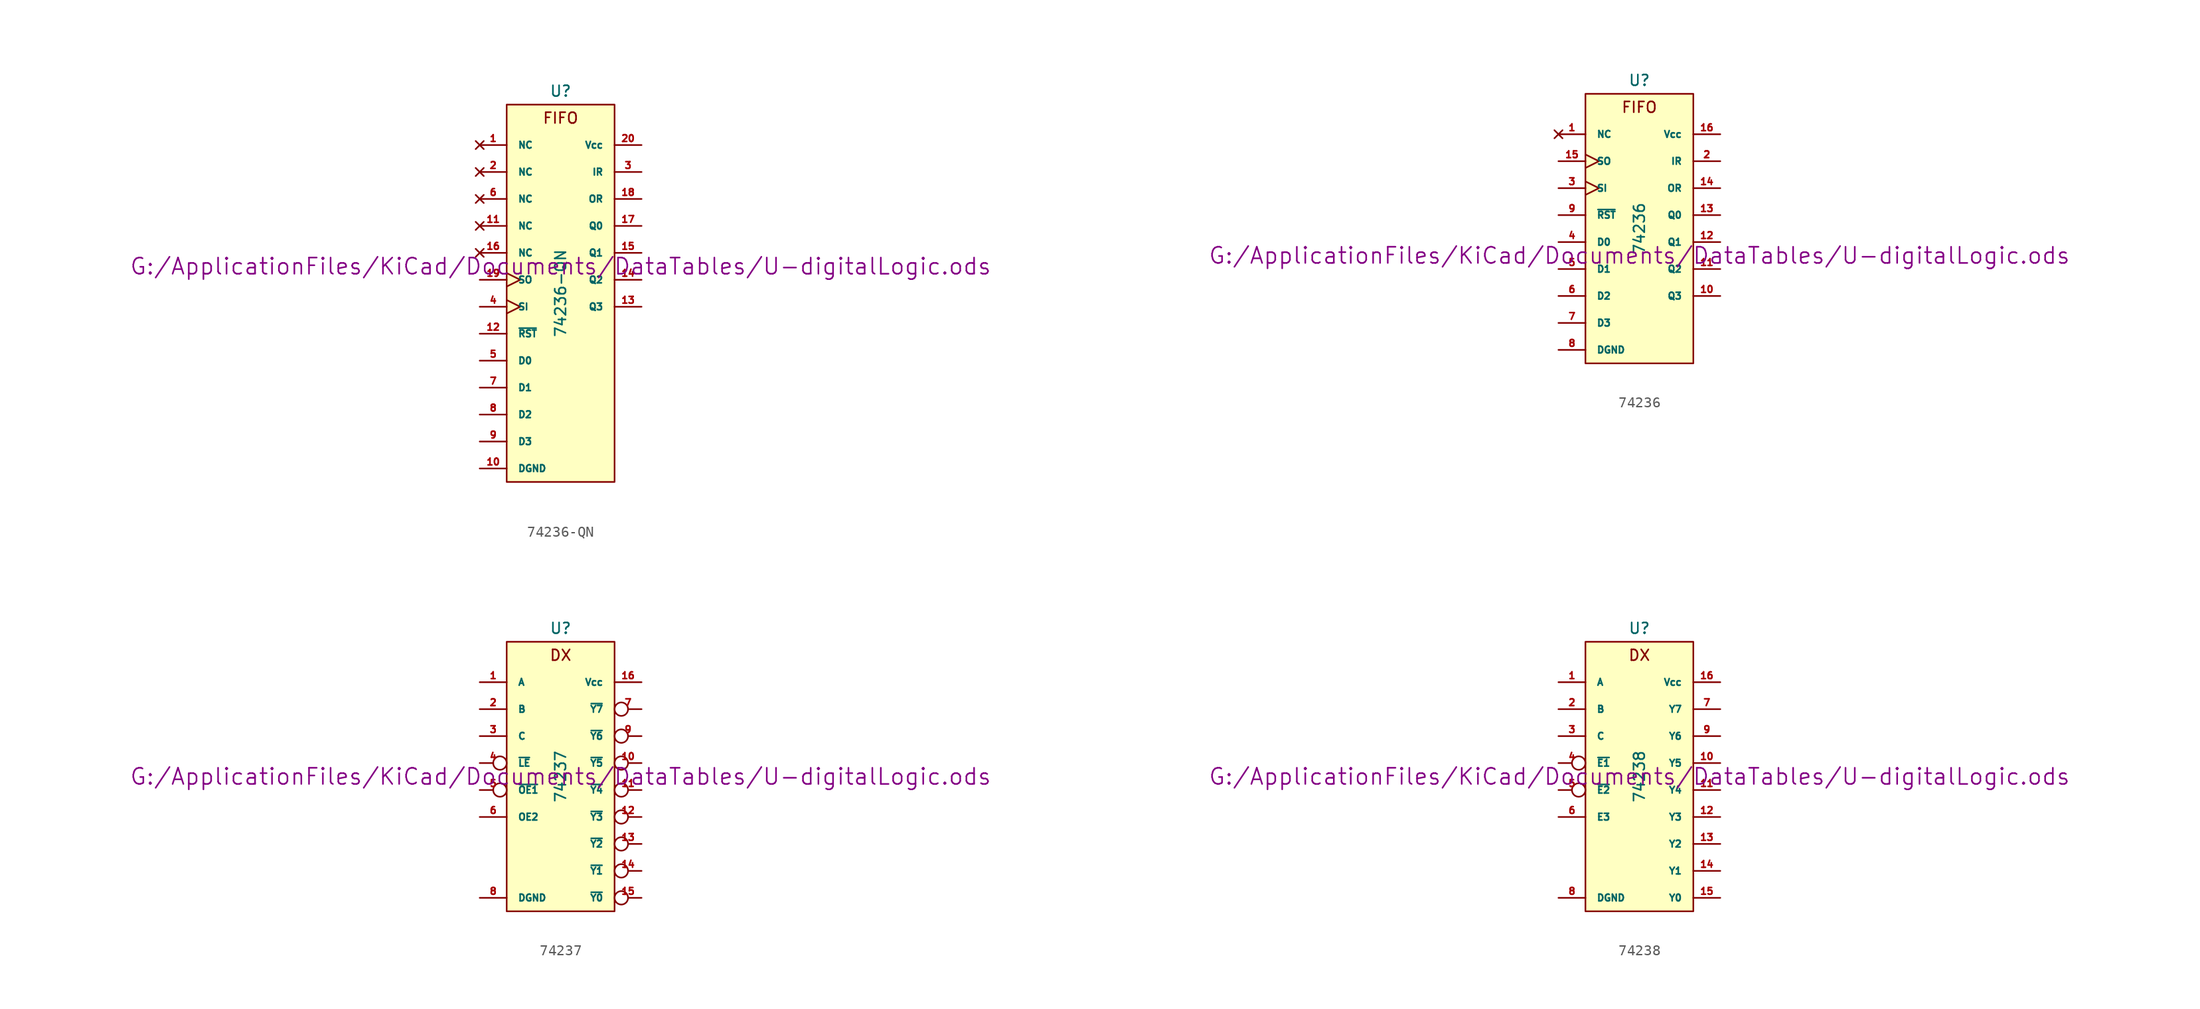
<source format=kicad_sym>
(kicad_symbol_lib
  (version 20211014)
  (generator kicad_symbol_editor)
  (symbol "74236-QN"
    (pin_names
      (offset 1.016))
    (property "Reference" "U"
      (at 0 19.05 0)
      (effects (font (size 1.016 1.016))))
    (property "Value" "74236-QN"
      (at 0 0 90)
      (effects (font (size 1.016 1.016))))
    (property "Footprint" ""
      (at 0 2.54 0)
      (effects (font (size 1.524 1.524))))
    (property "Datasheet" "G:/ApplicationFiles/KiCad/Documents/DataTables/U-digitalLogic.ods"
      (at 0 2.54 0)
      (effects (font (size 1.524 1.524))))
    (symbol "74236-QN_0_0"
      (text "FIFO" (at 0 16.51 0) (effects (font (size 1.016 1.016)))))
    (symbol "74236-QN_0_1"
      (rectangle (start -5.08 17.78) (end 5.08 -17.78) (stroke (width 0) (type default) (color 0 0 0 0)) (fill (type background))))
    (symbol "74236-QN_1_1"
      (pin no_connect line (at -7.62 13.97 0) (length 2.54) (name "NC" (effects (font (size 0.635 0.635)))) (number "1" (effects (font (size 0.635 0.635)))))
      (pin power_in line (at -7.62 -16.51 0) (length 2.54) (name "DGND" (effects (font (size 0.635 0.635)))) (number "10" (effects (font (size 0.635 0.635)))))
      (pin no_connect line (at -7.62 6.35 0) (length 2.54) (name "NC" (effects (font (size 0.635 0.635)))) (number "11" (effects (font (size 0.635 0.635)))))
      (pin input line (at -7.62 -3.81 0) (length 2.54) (name "~{RST}" (effects (font (size 0.635 0.635)))) (number "12" (effects (font (size 0.635 0.635)))))
      (pin tri_state line (at 7.62 -1.27 180) (length 2.54) (name "Q3" (effects (font (size 0.635 0.635)))) (number "13" (effects (font (size 0.635 0.635)))))
      (pin tri_state line (at 7.62 1.27 180) (length 2.54) (name "Q2" (effects (font (size 0.635 0.635)))) (number "14" (effects (font (size 0.635 0.635)))))
      (pin tri_state line (at 7.62 3.81 180) (length 2.54) (name "Q1" (effects (font (size 0.635 0.635)))) (number "15" (effects (font (size 0.635 0.635)))))
      (pin no_connect line (at -7.62 3.81 0) (length 2.54) (name "NC" (effects (font (size 0.635 0.635)))) (number "16" (effects (font (size 0.635 0.635)))))
      (pin tri_state line (at 7.62 6.35 180) (length 2.54) (name "Q0" (effects (font (size 0.635 0.635)))) (number "17" (effects (font (size 0.635 0.635)))))
      (pin output line (at 7.62 8.89 180) (length 2.54) (name "OR" (effects (font (size 0.635 0.635)))) (number "18" (effects (font (size 0.635 0.635)))))
      (pin input clock (at -7.62 1.27 0) (length 2.54) (name "SO" (effects (font (size 0.635 0.635)))) (number "19" (effects (font (size 0.635 0.635)))))
      (pin no_connect line (at -7.62 11.43 0) (length 2.54) (name "NC" (effects (font (size 0.635 0.635)))) (number "2" (effects (font (size 0.635 0.635)))))
      (pin power_in line (at 7.62 13.97 180) (length 2.54) (name "Vcc" (effects (font (size 0.635 0.635)))) (number "20" (effects (font (size 0.635 0.635)))))
      (pin output line (at 7.62 11.43 180) (length 2.54) (name "IR" (effects (font (size 0.635 0.635)))) (number "3" (effects (font (size 0.635 0.635)))))
      (pin input clock (at -7.62 -1.27 0) (length 2.54) (name "SI" (effects (font (size 0.635 0.635)))) (number "4" (effects (font (size 0.635 0.635)))))
      (pin input line (at -7.62 -6.35 0) (length 2.54) (name "D0" (effects (font (size 0.635 0.635)))) (number "5" (effects (font (size 0.635 0.635)))))
      (pin no_connect line (at -7.62 8.89 0) (length 2.54) (name "NC" (effects (font (size 0.635 0.635)))) (number "6" (effects (font (size 0.635 0.635)))))
      (pin input line (at -7.62 -8.89 0) (length 2.54) (name "D1" (effects (font (size 0.635 0.635)))) (number "7" (effects (font (size 0.635 0.635)))))
      (pin input line (at -7.62 -11.43 0) (length 2.54) (name "D2" (effects (font (size 0.635 0.635)))) (number "8" (effects (font (size 0.635 0.635)))))
      (pin input line (at -7.62 -13.97 0) (length 2.54) (name "D3" (effects (font (size 0.635 0.635)))) (number "9" (effects (font (size 0.635 0.635)))))))
  (symbol "74236"
    (pin_names
      (offset 1.016))
    (property "Reference" "U"
      (at 0 13.97 0)
      (effects (font (size 1.016 1.016))))
    (property "Value" "74236"
      (at 0 0 90)
      (effects (font (size 1.016 1.016))))
    (property "Footprint" ""
      (at 0 -2.54 0)
      (effects (font (size 1.524 1.524))))
    (property "Datasheet" "G:/ApplicationFiles/KiCad/Documents/DataTables/U-digitalLogic.ods"
      (at 0 -2.54 0)
      (effects (font (size 1.524 1.524))))
    (symbol "74236_0_0"
      (text "FIFO" (at 0 11.43 0) (effects (font (size 1.016 1.016)))))
    (symbol "74236_0_1"
      (rectangle (start -5.08 12.7) (end 5.08 -12.7) (stroke (width 0) (type default) (color 0 0 0 0)) (fill (type background))))
    (symbol "74236_1_1"
      (pin no_connect line (at -7.62 8.89 0) (length 2.54) (name "NC" (effects (font (size 0.635 0.635)))) (number "1" (effects (font (size 0.635 0.635)))))
      (pin tri_state line (at 7.62 -6.35 180) (length 2.54) (name "Q3" (effects (font (size 0.635 0.635)))) (number "10" (effects (font (size 0.635 0.635)))))
      (pin tri_state line (at 7.62 -3.81 180) (length 2.54) (name "Q2" (effects (font (size 0.635 0.635)))) (number "11" (effects (font (size 0.635 0.635)))))
      (pin tri_state line (at 7.62 -1.27 180) (length 2.54) (name "Q1" (effects (font (size 0.635 0.635)))) (number "12" (effects (font (size 0.635 0.635)))))
      (pin tri_state line (at 7.62 1.27 180) (length 2.54) (name "Q0" (effects (font (size 0.635 0.635)))) (number "13" (effects (font (size 0.635 0.635)))))
      (pin output line (at 7.62 3.81 180) (length 2.54) (name "OR" (effects (font (size 0.635 0.635)))) (number "14" (effects (font (size 0.635 0.635)))))
      (pin input clock (at -7.62 6.35 0) (length 2.54) (name "SO" (effects (font (size 0.635 0.635)))) (number "15" (effects (font (size 0.635 0.635)))))
      (pin power_in line (at 7.62 8.89 180) (length 2.54) (name "Vcc" (effects (font (size 0.635 0.635)))) (number "16" (effects (font (size 0.635 0.635)))))
      (pin output line (at 7.62 6.35 180) (length 2.54) (name "IR" (effects (font (size 0.635 0.635)))) (number "2" (effects (font (size 0.635 0.635)))))
      (pin input clock (at -7.62 3.81 0) (length 2.54) (name "SI" (effects (font (size 0.635 0.635)))) (number "3" (effects (font (size 0.635 0.635)))))
      (pin input line (at -7.62 -1.27 0) (length 2.54) (name "D0" (effects (font (size 0.635 0.635)))) (number "4" (effects (font (size 0.635 0.635)))))
      (pin input line (at -7.62 -3.81 0) (length 2.54) (name "D1" (effects (font (size 0.635 0.635)))) (number "5" (effects (font (size 0.635 0.635)))))
      (pin input line (at -7.62 -6.35 0) (length 2.54) (name "D2" (effects (font (size 0.635 0.635)))) (number "6" (effects (font (size 0.635 0.635)))))
      (pin input line (at -7.62 -8.89 0) (length 2.54) (name "D3" (effects (font (size 0.635 0.635)))) (number "7" (effects (font (size 0.635 0.635)))))
      (pin power_in line (at -7.62 -11.43 0) (length 2.54) (name "DGND" (effects (font (size 0.635 0.635)))) (number "8" (effects (font (size 0.635 0.635)))))
      (pin input line (at -7.62 1.27 0) (length 2.54) (name "~{RST}" (effects (font (size 0.635 0.635)))) (number "9" (effects (font (size 0.635 0.635)))))))
  (symbol "74237"
    (pin_names
      (offset 1.016))
    (property "Reference" "U"
      (at 0 13.97 0)
      (effects (font (size 1.016 1.016))))
    (property "Value" "74237"
      (at 0 0 90)
      (effects (font (size 1.016 1.016))))
    (property "Footprint" ""
      (at 0 0 0)
      (effects (font (size 1.524 1.524))))
    (property "Datasheet" "G:/ApplicationFiles/KiCad/Documents/DataTables/U-digitalLogic.ods"
      (at 0 0 0)
      (effects (font (size 1.524 1.524))))
    (symbol "74237_0_0"
      (text "DX" (at 0 11.43 0) (effects (font (size 1.016 1.016)))))
    (symbol "74237_0_1"
      (rectangle (start -5.08 12.7) (end 5.08 -12.7) (stroke (width 0) (type default) (color 0 0 0 0)) (fill (type background))))
    (symbol "74237_1_1"
      (pin input line (at -7.62 8.89 0) (length 2.54) (name "A" (effects (font (size 0.635 0.635)))) (number "1" (effects (font (size 0.635 0.635)))))
      (pin output inverted (at 7.62 1.27 180) (length 2.54) (name "~{Y5}" (effects (font (size 0.635 0.635)))) (number "10" (effects (font (size 0.635 0.635)))))
      (pin output inverted (at 7.62 -1.27 180) (length 2.54) (name "~{Y4}" (effects (font (size 0.635 0.635)))) (number "11" (effects (font (size 0.635 0.635)))))
      (pin output inverted (at 7.62 -3.81 180) (length 2.54) (name "~{Y3}" (effects (font (size 0.635 0.635)))) (number "12" (effects (font (size 0.635 0.635)))))
      (pin output inverted (at 7.62 -6.35 180) (length 2.54) (name "~{Y2}" (effects (font (size 0.635 0.635)))) (number "13" (effects (font (size 0.635 0.635)))))
      (pin output inverted (at 7.62 -8.89 180) (length 2.54) (name "~{Y1}" (effects (font (size 0.635 0.635)))) (number "14" (effects (font (size 0.635 0.635)))))
      (pin output inverted (at 7.62 -11.43 180) (length 2.54) (name "~{Y0}" (effects (font (size 0.635 0.635)))) (number "15" (effects (font (size 0.635 0.635)))))
      (pin power_in line (at 7.62 8.89 180) (length 2.54) (name "Vcc" (effects (font (size 0.635 0.635)))) (number "16" (effects (font (size 0.635 0.635)))))
      (pin input line (at -7.62 6.35 0) (length 2.54) (name "B" (effects (font (size 0.635 0.635)))) (number "2" (effects (font (size 0.635 0.635)))))
      (pin input line (at -7.62 3.81 0) (length 2.54) (name "C" (effects (font (size 0.635 0.635)))) (number "3" (effects (font (size 0.635 0.635)))))
      (pin input inverted (at -7.62 1.27 0) (length 2.54) (name "~{LE}" (effects (font (size 0.635 0.635)))) (number "4" (effects (font (size 0.635 0.635)))))
      (pin input inverted (at -7.62 -1.27 0) (length 2.54) (name "~{OE1}" (effects (font (size 0.635 0.635)))) (number "5" (effects (font (size 0.635 0.635)))))
      (pin input line (at -7.62 -3.81 0) (length 2.54) (name "OE2" (effects (font (size 0.635 0.635)))) (number "6" (effects (font (size 0.635 0.635)))))
      (pin output inverted (at 7.62 6.35 180) (length 2.54) (name "~{Y7}" (effects (font (size 0.635 0.635)))) (number "7" (effects (font (size 0.635 0.635)))))
      (pin power_in line (at -7.62 -11.43 0) (length 2.54) (name "DGND" (effects (font (size 0.635 0.635)))) (number "8" (effects (font (size 0.635 0.635)))))
      (pin output inverted (at 7.62 3.81 180) (length 2.54) (name "~{Y6}" (effects (font (size 0.635 0.635)))) (number "9" (effects (font (size 0.635 0.635)))))))
  (symbol "74238"
    (pin_names
      (offset 1.016))
    (property "Reference" "U"
      (at 0 13.97 0)
      (effects (font (size 1.016 1.016))))
    (property "Value" "74238"
      (at 0 0 90)
      (effects (font (size 1.016 1.016))))
    (property "Footprint" ""
      (at 0 0 0)
      (effects (font (size 1.524 1.524))))
    (property "Datasheet" "G:/ApplicationFiles/KiCad/Documents/DataTables/U-digitalLogic.ods"
      (at 0 0 0)
      (effects (font (size 1.524 1.524))))
    (symbol "74238_0_0"
      (text "DX" (at 0 11.43 0) (effects (font (size 1.016 1.016)))))
    (symbol "74238_0_1"
      (rectangle (start -5.08 12.7) (end 5.08 -12.7) (stroke (width 0) (type default) (color 0 0 0 0)) (fill (type background))))
    (symbol "74238_1_1"
      (pin input line (at -7.62 8.89 0) (length 2.54) (name "A" (effects (font (size 0.635 0.635)))) (number "1" (effects (font (size 0.635 0.635)))))
      (pin output line (at 7.62 1.27 180) (length 2.54) (name "Y5" (effects (font (size 0.635 0.635)))) (number "10" (effects (font (size 0.635 0.635)))))
      (pin output line (at 7.62 -1.27 180) (length 2.54) (name "Y4" (effects (font (size 0.635 0.635)))) (number "11" (effects (font (size 0.635 0.635)))))
      (pin output line (at 7.62 -3.81 180) (length 2.54) (name "Y3" (effects (font (size 0.635 0.635)))) (number "12" (effects (font (size 0.635 0.635)))))
      (pin output line (at 7.62 -6.35 180) (length 2.54) (name "Y2" (effects (font (size 0.635 0.635)))) (number "13" (effects (font (size 0.635 0.635)))))
      (pin output line (at 7.62 -8.89 180) (length 2.54) (name "Y1" (effects (font (size 0.635 0.635)))) (number "14" (effects (font (size 0.635 0.635)))))
      (pin output line (at 7.62 -11.43 180) (length 2.54) (name "Y0" (effects (font (size 0.635 0.635)))) (number "15" (effects (font (size 0.635 0.635)))))
      (pin power_in line (at 7.62 8.89 180) (length 2.54) (name "Vcc" (effects (font (size 0.635 0.635)))) (number "16" (effects (font (size 0.635 0.635)))))
      (pin input line (at -7.62 6.35 0) (length 2.54) (name "B" (effects (font (size 0.635 0.635)))) (number "2" (effects (font (size 0.635 0.635)))))
      (pin input line (at -7.62 3.81 0) (length 2.54) (name "C" (effects (font (size 0.635 0.635)))) (number "3" (effects (font (size 0.635 0.635)))))
      (pin input inverted (at -7.62 1.27 0) (length 2.54) (name "~{E1}" (effects (font (size 0.635 0.635)))) (number "4" (effects (font (size 0.635 0.635)))))
      (pin input inverted (at -7.62 -1.27 0) (length 2.54) (name "~{E2}" (effects (font (size 0.635 0.635)))) (number "5" (effects (font (size 0.635 0.635)))))
      (pin input line (at -7.62 -3.81 0) (length 2.54) (name "E3" (effects (font (size 0.635 0.635)))) (number "6" (effects (font (size 0.635 0.635)))))
      (pin output line (at 7.62 6.35 180) (length 2.54) (name "Y7" (effects (font (size 0.635 0.635)))) (number "7" (effects (font (size 0.635 0.635)))))
      (pin power_in line (at -7.62 -11.43 0) (length 2.54) (name "DGND" (effects (font (size 0.635 0.635)))) (number "8" (effects (font (size 0.635 0.635)))))
      (pin output line (at 7.62 3.81 180) (length 2.54) (name "Y6" (effects (font (size 0.635 0.635)))) (number "9" (effects (font (size 0.635 0.635))))))))
</source>
